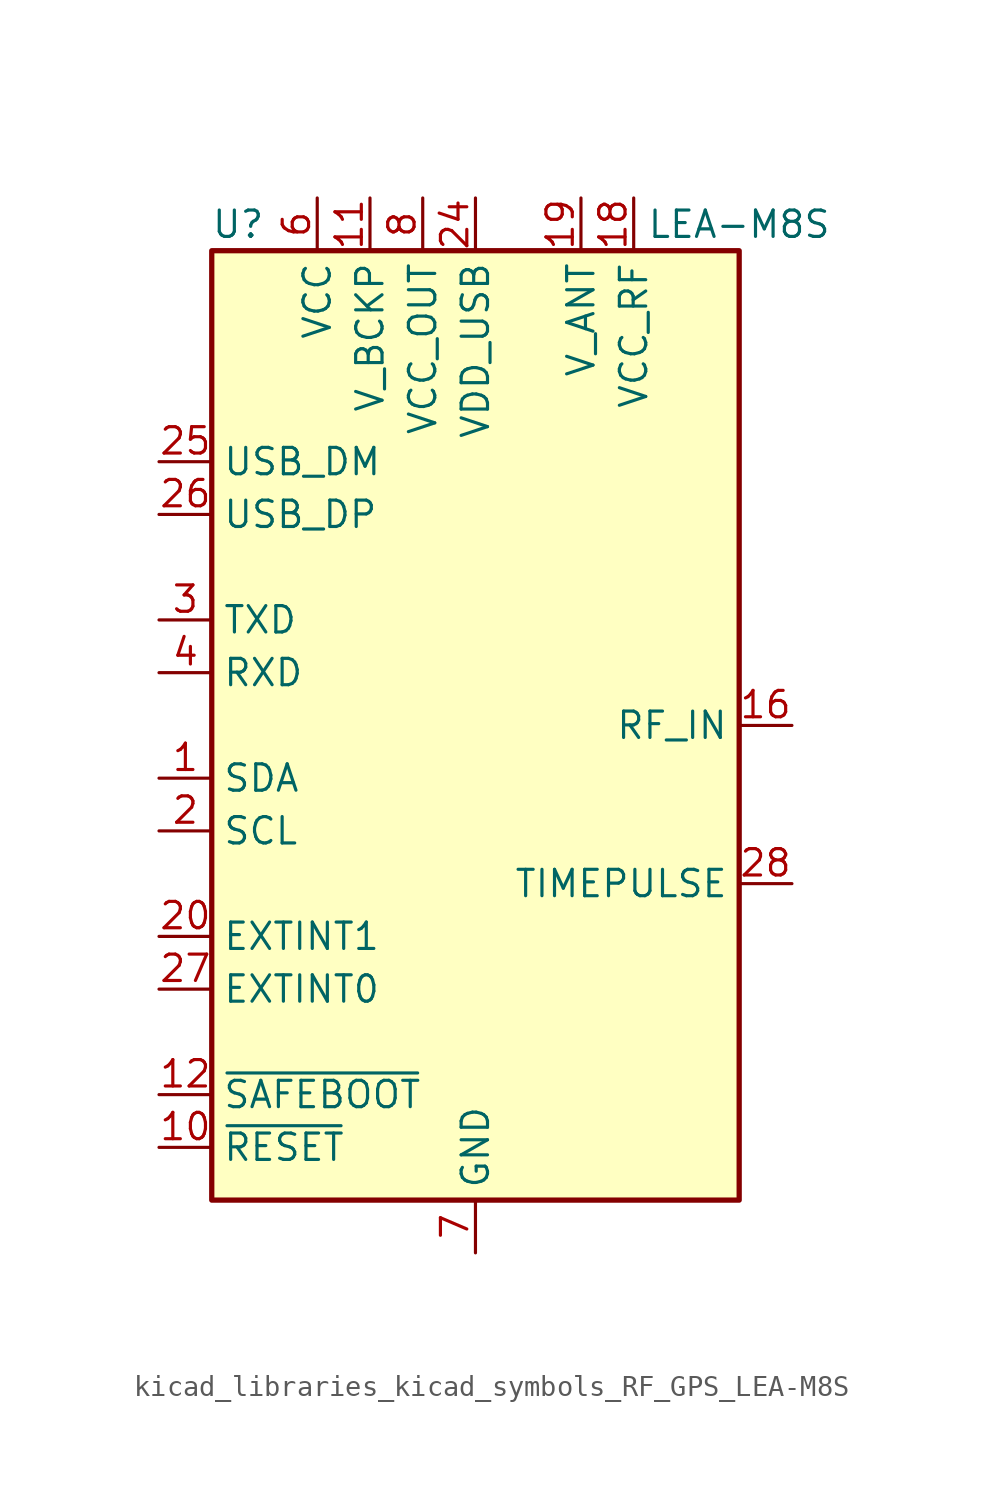
<source format=kicad_sym>
(kicad_symbol_lib
  (version 20220914)
  (generator kicad_symbol_editor)
  (symbol "kicad_libraries_kicad_symbols_RF_GPS_LEA-M8S"
    (property "Reference" "U"
      (at -11.43 24.13 0)
      (effects (font (size 1.27 1.27))))
    (property "Value" "LEA-M8S"
      (at 12.7 24.13 0)
      (effects (font (size 1.27 1.27))))
    (symbol "kicad_libraries_kicad_symbols_RF_GPS_LEA-M8S_0_1"
      (rectangle (start -12.7 22.86) (end 12.7 -22.86) (stroke (width 0.254) (type default)) (fill (type background))))
    (symbol "kicad_libraries_kicad_symbols_RF_GPS_LEA-M8S_1_1"
      (pin bidirectional line (at -15.24 -2.54 0) (length 2.54) (name "SDA" (effects (font (size 1.27 1.27)))) (number "1" (effects (font (size 1.27 1.27)))))
      (pin input line (at -15.24 -20.32 0) (length 2.54) (name "~{RESET}" (effects (font (size 1.27 1.27)))) (number "10" (effects (font (size 1.27 1.27)))))
      (pin power_in line (at -5.08 25.4 270) (length 2.54) (name "V_BCKP" (effects (font (size 1.27 1.27)))) (number "11" (effects (font (size 1.27 1.27)))))
      (pin input line (at -15.24 -17.78 0) (length 2.54) (name "~{SAFEBOOT}" (effects (font (size 1.27 1.27)))) (number "12" (effects (font (size 1.27 1.27)))))
      (pin passive line (at 0 -25.4 90) (length 2.54) hide (name "GND" (effects (font (size 1.27 1.27)))) (number "13" (effects (font (size 1.27 1.27)))))
      (pin passive line (at 0 -25.4 90) (length 2.54) hide (name "GND" (effects (font (size 1.27 1.27)))) (number "14" (effects (font (size 1.27 1.27)))))
      (pin passive line (at 0 -25.4 90) (length 2.54) hide (name "GND" (effects (font (size 1.27 1.27)))) (number "15" (effects (font (size 1.27 1.27)))))
      (pin input line (at 15.24 0 180) (length 2.54) (name "RF_IN" (effects (font (size 1.27 1.27)))) (number "16" (effects (font (size 1.27 1.27)))))
      (pin passive line (at 0 -25.4 90) (length 2.54) hide (name "GND" (effects (font (size 1.27 1.27)))) (number "17" (effects (font (size 1.27 1.27)))))
      (pin power_out line (at 7.62 25.4 270) (length 2.54) (name "VCC_RF" (effects (font (size 1.27 1.27)))) (number "18" (effects (font (size 1.27 1.27)))))
      (pin power_in line (at 5.08 25.4 270) (length 2.54) (name "V_ANT" (effects (font (size 1.27 1.27)))) (number "19" (effects (font (size 1.27 1.27)))))
      (pin input line (at -15.24 -5.08 0) (length 2.54) (name "SCL" (effects (font (size 1.27 1.27)))) (number "2" (effects (font (size 1.27 1.27)))))
      (pin input line (at -15.24 -10.16 0) (length 2.54) (name "EXTINT1" (effects (font (size 1.27 1.27)))) (number "20" (effects (font (size 1.27 1.27)))))
      (pin no_connect line (at 12.7 7.62 180) (length 2.54) hide (name "RESERVED" (effects (font (size 1.27 1.27)))) (number "21" (effects (font (size 1.27 1.27)))))
      (pin no_connect line (at 12.7 5.08 180) (length 2.54) hide (name "RESERVED" (effects (font (size 1.27 1.27)))) (number "22" (effects (font (size 1.27 1.27)))))
      (pin no_connect line (at 12.7 2.54 180) (length 2.54) hide (name "RESERVED" (effects (font (size 1.27 1.27)))) (number "23" (effects (font (size 1.27 1.27)))))
      (pin power_in line (at 0 25.4 270) (length 2.54) (name "VDD_USB" (effects (font (size 1.27 1.27)))) (number "24" (effects (font (size 1.27 1.27)))))
      (pin bidirectional line (at -15.24 12.7 0) (length 2.54) (name "USB_DM" (effects (font (size 1.27 1.27)))) (number "25" (effects (font (size 1.27 1.27)))))
      (pin bidirectional line (at -15.24 10.16 0) (length 2.54) (name "USB_DP" (effects (font (size 1.27 1.27)))) (number "26" (effects (font (size 1.27 1.27)))))
      (pin input line (at -15.24 -12.7 0) (length 2.54) (name "EXTINT0" (effects (font (size 1.27 1.27)))) (number "27" (effects (font (size 1.27 1.27)))))
      (pin output line (at 15.24 -7.62 180) (length 2.54) (name "TIMEPULSE" (effects (font (size 1.27 1.27)))) (number "28" (effects (font (size 1.27 1.27)))))
      (pin output line (at -15.24 5.08 0) (length 2.54) (name "TXD" (effects (font (size 1.27 1.27)))) (number "3" (effects (font (size 1.27 1.27)))))
      (pin input line (at -15.24 2.54 0) (length 2.54) (name "RXD" (effects (font (size 1.27 1.27)))) (number "4" (effects (font (size 1.27 1.27)))))
      (pin no_connect line (at 12.7 12.7 180) (length 2.54) hide (name "RESERVED" (effects (font (size 1.27 1.27)))) (number "5" (effects (font (size 1.27 1.27)))))
      (pin power_in line (at -7.62 25.4 270) (length 2.54) (name "VCC" (effects (font (size 1.27 1.27)))) (number "6" (effects (font (size 1.27 1.27)))))
      (pin power_in line (at 0 -25.4 90) (length 2.54) (name "GND" (effects (font (size 1.27 1.27)))) (number "7" (effects (font (size 1.27 1.27)))))
      (pin power_out line (at -2.54 25.4 270) (length 2.54) (name "VCC_OUT" (effects (font (size 1.27 1.27)))) (number "8" (effects (font (size 1.27 1.27)))))
      (pin no_connect line (at 12.7 10.16 180) (length 2.54) hide (name "RESERVED" (effects (font (size 1.27 1.27)))) (number "9" (effects (font (size 1.27 1.27))))))))
</source>
